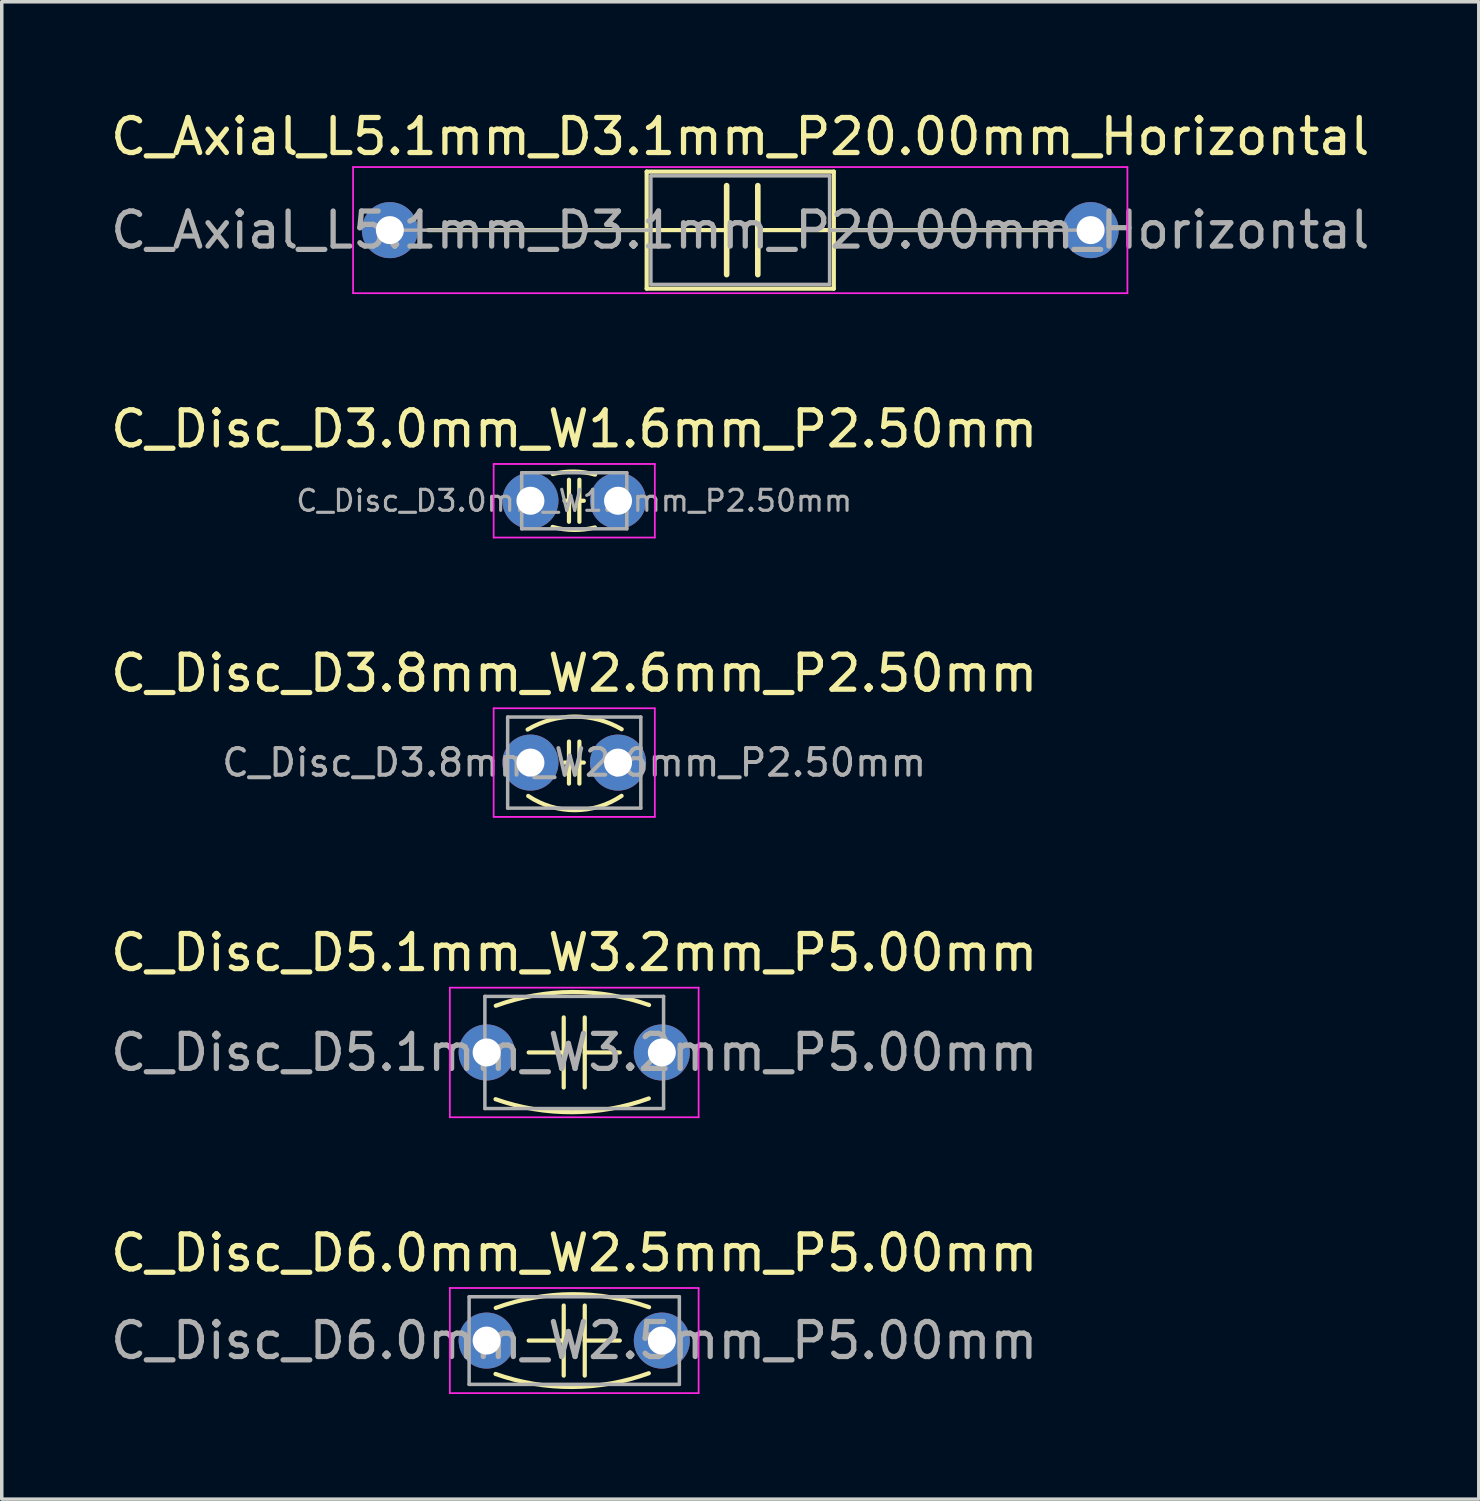
<source format=kicad_pcb>
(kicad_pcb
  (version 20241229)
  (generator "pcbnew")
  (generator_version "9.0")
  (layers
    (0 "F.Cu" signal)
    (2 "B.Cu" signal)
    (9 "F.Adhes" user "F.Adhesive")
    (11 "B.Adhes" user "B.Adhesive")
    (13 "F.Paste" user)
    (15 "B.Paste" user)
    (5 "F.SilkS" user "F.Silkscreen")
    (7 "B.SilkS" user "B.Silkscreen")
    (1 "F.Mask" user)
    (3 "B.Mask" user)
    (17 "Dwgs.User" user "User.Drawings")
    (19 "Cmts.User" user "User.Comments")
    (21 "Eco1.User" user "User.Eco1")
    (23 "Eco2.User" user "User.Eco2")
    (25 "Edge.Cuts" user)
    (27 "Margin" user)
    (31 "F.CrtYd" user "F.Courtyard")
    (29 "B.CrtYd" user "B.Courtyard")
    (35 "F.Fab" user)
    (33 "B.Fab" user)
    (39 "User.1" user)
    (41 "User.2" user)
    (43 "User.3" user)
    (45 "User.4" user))
  (footprint "C_Axial_L5.1mm_D3.1mm_P20.00mm_Horizontal"
    (layer "F.Cu")
    (at 8.077 3.518)
    (property "Reference" "C_Axial_L5.1mm_D3.1mm_P20.00mm_Horizontal" (at 10 -2.67 0) (layer "F.SilkS") (effects (font (size 1 1) (thickness 0.15))))
    (attr through_hole)
    (fp_line (start 1.1 0) (end 7.33 0) (stroke (width 0.12) (type solid)) (layer "F.SilkS"))
    (fp_line (start 7.33 -1.67) (end 7.33 1.67) (stroke (width 0.12) (type solid)) (layer "F.SilkS"))
    (fp_line (start 7.33 0) (end 9.612 0) (stroke (width 0.12) (type solid)) (layer "F.SilkS"))
    (fp_line (start 7.33 1.67) (end 12.67 1.67) (stroke (width 0.12) (type solid)) (layer "F.SilkS"))
    (fp_line (start 9.612 0) (end 9.612 -1.27) (stroke (width 0.16) (type solid)) (layer "F.SilkS"))
    (fp_line (start 9.612 0) (end 9.612 1.27) (stroke (width 0.16) (type solid)) (layer "F.SilkS"))
    (fp_line (start 10.501 0) (end 10.501 -1.27) (stroke (width 0.16) (type solid)) (layer "F.SilkS"))
    (fp_line (start 10.501 0) (end 10.501 1.27) (stroke (width 0.16) (type solid)) (layer "F.SilkS"))
    (fp_line (start 12.67 -1.67) (end 7.33 -1.67) (stroke (width 0.12) (type solid)) (layer "F.SilkS"))
    (fp_line (start 12.67 0) (end 10.501 0) (stroke (width 0.12) (type solid)) (layer "F.SilkS"))
    (fp_line (start 12.67 1.67) (end 12.67 -1.67) (stroke (width 0.12) (type solid)) (layer "F.SilkS"))
    (fp_line (start 18.9 0) (end 12.67 0) (stroke (width 0.12) (type solid)) (layer "F.SilkS"))
    (fp_line (start -1.05 -1.8) (end -1.05 1.8) (stroke (width 0.05) (type solid)) (layer "F.CrtYd"))
    (fp_line (start -1.05 1.8) (end 21.05 1.8) (stroke (width 0.05) (type solid)) (layer "F.CrtYd"))
    (fp_line (start 21.05 -1.8) (end -1.05 -1.8) (stroke (width 0.05) (type solid)) (layer "F.CrtYd"))
    (fp_line (start 21.05 1.8) (end 21.05 -1.8) (stroke (width 0.05) (type solid)) (layer "F.CrtYd"))
    (fp_line (start 0 0) (end 7.45 0) (stroke (width 0.1) (type solid)) (layer "F.Fab"))
    (fp_line (start 7.45 -1.55) (end 7.45 1.55) (stroke (width 0.1) (type solid)) (layer "F.Fab"))
    (fp_line (start 7.45 1.55) (end 12.55 1.55) (stroke (width 0.1) (type solid)) (layer "F.Fab"))
    (fp_line (start 12.55 -1.55) (end 7.45 -1.55) (stroke (width 0.1) (type solid)) (layer "F.Fab"))
    (fp_line (start 12.55 1.55) (end 12.55 -1.55) (stroke (width 0.1) (type solid)) (layer "F.Fab"))
    (fp_line (start 20 0) (end 12.55 0) (stroke (width 0.1) (type solid)) (layer "F.Fab"))
    (fp_text user "${REFERENCE}" (at 10 0 0) (layer "F.Fab") (effects (font (size 1 1) (thickness 0.15))))
    (pad "1" thru_hole circle (at 0 0) (size 1.6 1.6) (drill 0.8) (layers "*.Cu" "*.Mask"))
    (pad "2" thru_hole oval (at 20 0) (size 1.6 1.6) (drill 0.8) (layers "*.Cu" "*.Mask")))
  (footprint "C_Disc_D3.8mm_W2.6mm_P2.50mm"
    (layer "F.Cu")
    (at 12.089 18.715)
    (property "Reference" "C_Disc_D3.8mm_W2.6mm_P2.50mm" (at 1.25 -2.55 0) (layer "F.SilkS") (effects (font (size 1 1) (thickness 0.15))))
    (fp_line (start 0.973 0) (end 1.1 0) (stroke (width 0.12) (type solid)) (layer "F.SilkS"))
    (fp_line (start 1.1 0) (end 1.1 -0.6) (stroke (width 0.12) (type solid)) (layer "F.SilkS"))
    (fp_line (start 1.1 0) (end 1.1 0.6) (stroke (width 0.12) (type solid)) (layer "F.SilkS"))
    (fp_line (start 1.397 0) (end 1.397 -0.6) (stroke (width 0.12) (type solid)) (layer "F.SilkS"))
    (fp_line (start 1.397 0) (end 1.397 0.6) (stroke (width 0.12) (type solid)) (layer "F.SilkS"))
    (fp_line (start 1.524 0) (end 1.397 0) (stroke (width 0.12) (type solid)) (layer "F.SilkS"))
    (fp_arc (start -0.081146 -0.942115) (mid 1.259762 -1.312991) (end 2.6035 -0.9525) (stroke (width 0.12) (type solid)) (layer "F.SilkS"))
    (fp_arc (start 2.601045 0.948863) (mid 1.269327 1.357258) (end -0.0635 0.9525) (stroke (width 0.12) (type solid)) (layer "F.SilkS"))
    (fp_line (start -1.05 -1.55) (end -1.05 1.55) (stroke (width 0.05) (type solid)) (layer "F.CrtYd"))
    (fp_line (start -1.05 1.55) (end 3.55 1.55) (stroke (width 0.05) (type solid)) (layer "F.CrtYd"))
    (fp_line (start 3.55 -1.55) (end -1.05 -1.55) (stroke (width 0.05) (type solid)) (layer "F.CrtYd"))
    (fp_line (start 3.55 1.55) (end 3.55 -1.55) (stroke (width 0.05) (type solid)) (layer "F.CrtYd"))
    (fp_line (start -0.65 -1.3) (end -0.65 1.3) (stroke (width 0.1) (type solid)) (layer "F.Fab"))
    (fp_line (start -0.65 1.3) (end 3.15 1.3) (stroke (width 0.1) (type solid)) (layer "F.Fab"))
    (fp_line (start 3.15 -1.3) (end -0.65 -1.3) (stroke (width 0.1) (type solid)) (layer "F.Fab"))
    (fp_line (start 3.15 1.3) (end 3.15 -1.3) (stroke (width 0.1) (type solid)) (layer "F.Fab"))
    (fp_text user "${REFERENCE}" (at 1.25 0 0) (layer "F.Fab") (effects (font (size 0.76 0.76) (thickness 0.114))))
    (pad "1" thru_hole circle (at 0 0) (size 1.6 1.6) (drill 0.8) (layers "*.Cu" "*.Mask"))
    (pad "2" thru_hole circle (at 2.5 0) (size 1.6 1.6) (drill 0.8) (layers "*.Cu" "*.Mask")))
  (footprint "C_Disc_D6.0mm_W2.5mm_P5.00mm"
    (layer "F.Cu")
    (at 10.839 35.211)
    (property "Reference" "C_Disc_D6.0mm_W2.5mm_P5.00mm" (at 2.5 -2.5 0) (layer "F.SilkS") (effects (font (size 1 1) (thickness 0.15))))
    (fp_line (start 1.2 0) (end 2.2 0) (stroke (width 0.12) (type solid)) (layer "F.SilkS"))
    (fp_line (start 2.2 0) (end 2.2 -1) (stroke (width 0.12) (type solid)) (layer "F.SilkS"))
    (fp_line (start 2.2 0) (end 2.2 1) (stroke (width 0.12) (type solid)) (layer "F.SilkS"))
    (fp_line (start 2.8 -1) (end 2.8 1) (stroke (width 0.12) (type solid)) (layer "F.SilkS"))
    (fp_line (start 2.8 0) (end 3.8 0) (stroke (width 0.12) (type solid)) (layer "F.SilkS"))
    (fp_arc (start 0.261356 -0.932324) (mid 2.44667 -1.323463) (end 4.6355 -0.9525) (stroke (width 0.12) (type solid)) (layer "F.SilkS"))
    (fp_arc (start 4.628144 0.932323) (mid 2.44283 1.323462) (end 0.254 0.9525) (stroke (width 0.12) (type solid)) (layer "F.SilkS"))
    (fp_line (start -1.05 -1.5) (end -1.05 1.5) (stroke (width 0.05) (type solid)) (layer "F.CrtYd"))
    (fp_line (start -1.05 1.5) (end 6.05 1.5) (stroke (width 0.05) (type solid)) (layer "F.CrtYd"))
    (fp_line (start 6.05 -1.5) (end -1.05 -1.5) (stroke (width 0.05) (type solid)) (layer "F.CrtYd"))
    (fp_line (start 6.05 1.5) (end 6.05 -1.5) (stroke (width 0.05) (type solid)) (layer "F.CrtYd"))
    (fp_line (start -0.5 -1.25) (end -0.5 1.25) (stroke (width 0.1) (type solid)) (layer "F.Fab"))
    (fp_line (start -0.5 1.25) (end 5.5 1.25) (stroke (width 0.1) (type solid)) (layer "F.Fab"))
    (fp_line (start 5.5 -1.25) (end -0.5 -1.25) (stroke (width 0.1) (type solid)) (layer "F.Fab"))
    (fp_line (start 5.5 1.25) (end 5.5 -1.25) (stroke (width 0.1) (type solid)) (layer "F.Fab"))
    (fp_text user "${REFERENCE}" (at 2.5 0 0) (layer "F.Fab") (effects (font (size 1 1) (thickness 0.15))))
    (pad "1" thru_hole circle (at 0 0) (size 1.6 1.6) (drill 0.8) (layers "*.Cu" "*.Mask"))
    (pad "2" thru_hole circle (at 5 0) (size 1.6 1.6) (drill 0.8) (layers "*.Cu" "*.Mask")))
  (footprint "C_Disc_D3.0mm_W1.6mm_P2.50mm"
    (layer "F.Cu")
    (at 12.089 11.242)
    (property "Reference" "C_Disc_D3.0mm_W1.6mm_P2.50mm" (at 1.25 -2.05 0) (layer "F.SilkS") (effects (font (size 1 1) (thickness 0.15))))
    (fp_line (start 0.973 0) (end 1.1 0) (stroke (width 0.12) (type solid)) (layer "F.SilkS"))
    (fp_line (start 1.1 0) (end 1.1 -0.6) (stroke (width 0.12) (type solid)) (layer "F.SilkS"))
    (fp_line (start 1.1 0) (end 1.1 0.6) (stroke (width 0.12) (type solid)) (layer "F.SilkS"))
    (fp_line (start 1.397 0) (end 1.397 -0.6) (stroke (width 0.12) (type solid)) (layer "F.SilkS"))
    (fp_line (start 1.397 0) (end 1.397 0.6) (stroke (width 0.12) (type solid)) (layer "F.SilkS"))
    (fp_line (start 1.524 0) (end 1.397 0) (stroke (width 0.12) (type solid)) (layer "F.SilkS"))
    (fp_arc (start 0.635 -0.762) (mid 1.241234 -0.832639) (end 1.845429 -0.746283) (stroke (width 0.12) (type solid)) (layer "F.SilkS"))
    (fp_arc (start 1.8415 0.762) (mid 1.235266 0.832639) (end 0.631071 0.746283) (stroke (width 0.12) (type solid)) (layer "F.SilkS"))
    (fp_line (start -1.05 -1.05) (end -1.05 1.05) (stroke (width 0.05) (type solid)) (layer "F.CrtYd"))
    (fp_line (start -1.05 1.05) (end 3.55 1.05) (stroke (width 0.05) (type solid)) (layer "F.CrtYd"))
    (fp_line (start 3.55 -1.05) (end -1.05 -1.05) (stroke (width 0.05) (type solid)) (layer "F.CrtYd"))
    (fp_line (start 3.55 1.05) (end 3.55 -1.05) (stroke (width 0.05) (type solid)) (layer "F.CrtYd"))
    (fp_line (start -0.25 -0.8) (end -0.25 0.8) (stroke (width 0.1) (type solid)) (layer "F.Fab"))
    (fp_line (start -0.25 0.8) (end 2.75 0.8) (stroke (width 0.1) (type solid)) (layer "F.Fab"))
    (fp_line (start 2.75 -0.8) (end -0.25 -0.8) (stroke (width 0.1) (type solid)) (layer "F.Fab"))
    (fp_line (start 2.75 0.8) (end 2.75 -0.8) (stroke (width 0.1) (type solid)) (layer "F.Fab"))
    (fp_text user "${REFERENCE}" (at 1.25 0 0) (layer "F.Fab") (effects (font (size 0.6 0.6) (thickness 0.09))))
    (pad "1" thru_hole circle (at 0 0) (size 1.6 1.6) (drill 0.8) (layers "*.Cu" "*.Mask"))
    (pad "2" thru_hole circle (at 2.5 0) (size 1.6 1.6) (drill 0.8) (layers "*.Cu" "*.Mask")))
  (footprint "C_Disc_D5.1mm_W3.2mm_P5.00mm"
    (layer "F.Cu")
    (at 10.839 26.988)
    (property "Reference" "C_Disc_D5.1mm_W3.2mm_P5.00mm" (at 2.5 -2.85 0) (layer "F.SilkS") (effects (font (size 1 1) (thickness 0.15))))
    (fp_line (start 1.2 0) (end 2.2 0) (stroke (width 0.12) (type solid)) (layer "F.SilkS"))
    (fp_line (start 2.2 0) (end 2.2 -1) (stroke (width 0.12) (type solid)) (layer "F.SilkS"))
    (fp_line (start 2.2 0) (end 2.2 1) (stroke (width 0.12) (type solid)) (layer "F.SilkS"))
    (fp_line (start 2.8 -1) (end 2.8 1) (stroke (width 0.12) (type solid)) (layer "F.SilkS"))
    (fp_line (start 2.8 0) (end 3.8 0) (stroke (width 0.12) (type solid)) (layer "F.SilkS"))
    (fp_arc (start 0.261356 -1.3335) (mid 2.44667 -1.724639) (end 4.6355 -1.353676) (stroke (width 0.12) (type solid)) (layer "F.SilkS"))
    (fp_arc (start 4.628144 1.313323) (mid 2.44283 1.704462) (end 0.254 1.3335) (stroke (width 0.12) (type solid)) (layer "F.SilkS"))
    (fp_line (start -1.05 -1.85) (end -1.05 1.85) (stroke (width 0.05) (type solid)) (layer "F.CrtYd"))
    (fp_line (start -1.05 1.85) (end 6.05 1.85) (stroke (width 0.05) (type solid)) (layer "F.CrtYd"))
    (fp_line (start 6.05 -1.85) (end -1.05 -1.85) (stroke (width 0.05) (type solid)) (layer "F.CrtYd"))
    (fp_line (start 6.05 1.85) (end 6.05 -1.85) (stroke (width 0.05) (type solid)) (layer "F.CrtYd"))
    (fp_line (start -0.05 -1.6) (end -0.05 1.6) (stroke (width 0.1) (type solid)) (layer "F.Fab"))
    (fp_line (start -0.05 1.6) (end 5.05 1.6) (stroke (width 0.1) (type solid)) (layer "F.Fab"))
    (fp_line (start 5.05 -1.6) (end -0.05 -1.6) (stroke (width 0.1) (type solid)) (layer "F.Fab"))
    (fp_line (start 5.05 1.6) (end 5.05 -1.6) (stroke (width 0.1) (type solid)) (layer "F.Fab"))
    (fp_text user "${REFERENCE}" (at 2.5 0 0) (layer "F.Fab") (effects (font (size 1 1) (thickness 0.15))))
    (pad "1" thru_hole circle (at 0 0) (size 1.6 1.6) (drill 0.8) (layers "*.Cu" "*.Mask"))
    (pad "2" thru_hole circle (at 5 0) (size 1.6 1.6) (drill 0.8) (layers "*.Cu" "*.Mask")))
  (gr_rect
    (start -3 -3)
    (end 39.155 39.736)
    (stroke (width 0.1) (type default))
    (fill no)
    (layer "Edge.Cuts")))
</source>
